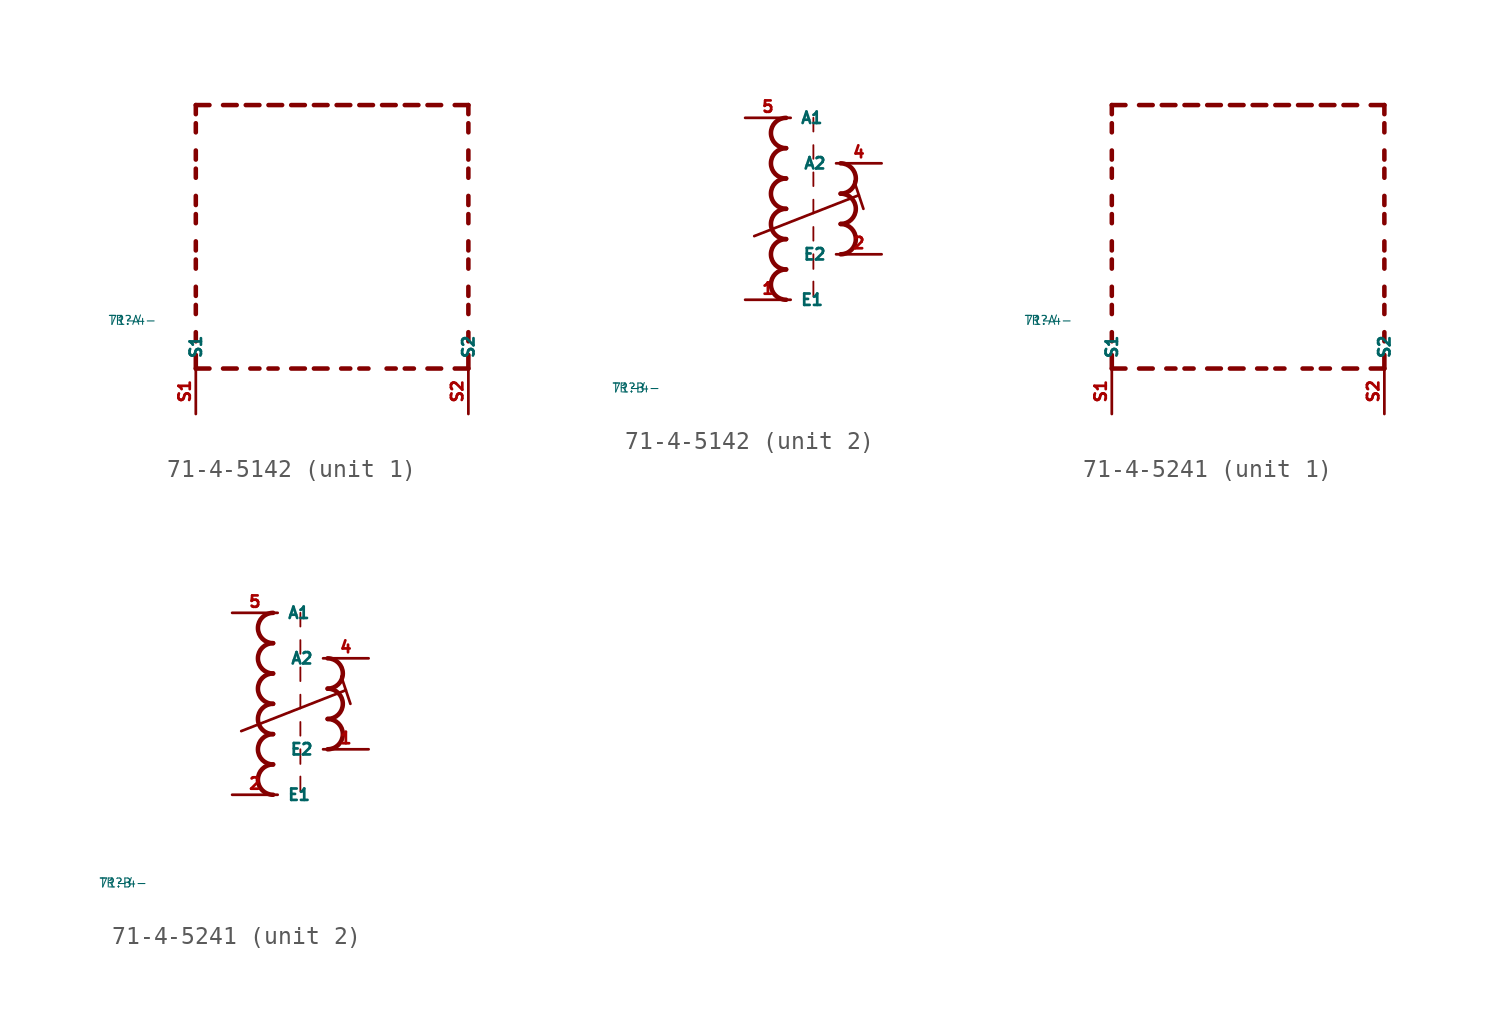
<source format=kicad_sym>
(kicad_symbol_lib
  (version 20220914)
  (generator kicad_symbol_editor)
  (symbol "71-4-5142"
    (property "Reference" "TR"
      (at -10 -10 0)
      (effects (font (size 0.5 0.5) (thickness 0.06)) (justify left)))
    (property "Value" "71-4-"
      (at -10 -10 0)
      (effects (font (size 0.5 0.5) (thickness 0.06)) (justify left)))
    (symbol "71-4-5142_1_0"
      (polyline (pts (xy -5.08 -12.7) (xy -5.08 -11.938)) (stroke (width 0.254) (type default)) (fill (type none)))
      (polyline (pts (xy -5.08 -12.7) (xy -4.318 -12.7)) (stroke (width 0.254) (type default)) (fill (type none)))
      (polyline (pts (xy -5.08 -11.176) (xy -5.08 -10.668)) (stroke (width 0.254) (type default)) (fill (type none)))
      (polyline (pts (xy -5.08 -9.652) (xy -5.08 -9.144)) (stroke (width 0.254) (type default)) (fill (type none)))
      (polyline (pts (xy -5.08 -8.636) (xy -5.08 -8.128)) (stroke (width 0.254) (type default)) (fill (type none)))
      (polyline (pts (xy -5.08 -7.112) (xy -5.08 -6.604)) (stroke (width 0.254) (type default)) (fill (type none)))
      (polyline (pts (xy -5.08 -6.096) (xy -5.08 -5.588)) (stroke (width 0.254) (type default)) (fill (type none)))
      (polyline (pts (xy -5.08 -4.572) (xy -5.08 -4.064)) (stroke (width 0.254) (type default)) (fill (type none)))
      (polyline (pts (xy -5.08 -3.556) (xy -5.08 -3.048)) (stroke (width 0.254) (type default)) (fill (type none)))
      (polyline (pts (xy -5.08 -2.032) (xy -5.08 -1.524)) (stroke (width 0.254) (type default)) (fill (type none)))
      (polyline (pts (xy -5.08 -1.016) (xy -5.08 -0.508)) (stroke (width 0.254) (type default)) (fill (type none)))
      (polyline (pts (xy -5.08 0.508) (xy -5.08 1.016)) (stroke (width 0.254) (type default)) (fill (type none)))
      (polyline (pts (xy -5.08 1.524) (xy -5.08 2.032)) (stroke (width 0.254) (type default)) (fill (type none)))
      (polyline (pts (xy -5.08 2.032) (xy -4.318 2.032)) (stroke (width 0.254) (type default)) (fill (type none)))
      (polyline (pts (xy -3.556 -12.7) (xy -2.794 -12.7)) (stroke (width 0.254) (type default)) (fill (type none)))
      (polyline (pts (xy -3.556 2.032) (xy -2.794 2.032)) (stroke (width 0.254) (type default)) (fill (type none)))
      (polyline (pts (xy -1.524 -12.7) (xy -2.032 -12.7)) (stroke (width 0.254) (type default)) (fill (type none)))
      (polyline (pts (xy -1.524 2.032) (xy -2.286 2.032)) (stroke (width 0.254) (type default)) (fill (type none)))
      (polyline (pts (xy -1.016 2.032) (xy -0.254 2.032)) (stroke (width 0.254) (type default)) (fill (type none)))
      (polyline (pts (xy -0.508 -12.7) (xy -1.016 -12.7)) (stroke (width 0.254) (type default)) (fill (type none)))
      (polyline (pts (xy 1.016 -12.7) (xy 0.254 -12.7)) (stroke (width 0.254) (type default)) (fill (type none)))
      (polyline (pts (xy 1.016 2.032) (xy 0.254 2.032)) (stroke (width 0.254) (type default)) (fill (type none)))
      (polyline (pts (xy 1.524 -12.7) (xy 2.286 -12.7)) (stroke (width 0.254) (type default)) (fill (type none)))
      (polyline (pts (xy 1.524 2.032) (xy 2.286 2.032)) (stroke (width 0.254) (type default)) (fill (type none)))
      (polyline (pts (xy 3.556 -12.7) (xy 3.048 -12.7)) (stroke (width 0.254) (type default)) (fill (type none)))
      (polyline (pts (xy 3.556 2.032) (xy 2.794 2.032)) (stroke (width 0.254) (type default)) (fill (type none)))
      (polyline (pts (xy 4.064 2.032) (xy 4.826 2.032)) (stroke (width 0.254) (type default)) (fill (type none)))
      (polyline (pts (xy 4.572 -12.7) (xy 4.064 -12.7)) (stroke (width 0.254) (type default)) (fill (type none)))
      (polyline (pts (xy 6.096 -12.7) (xy 5.588 -12.7)) (stroke (width 0.254) (type default)) (fill (type none)))
      (polyline (pts (xy 6.096 2.032) (xy 5.334 2.032)) (stroke (width 0.254) (type default)) (fill (type none)))
      (polyline (pts (xy 6.604 2.032) (xy 7.366 2.032)) (stroke (width 0.254) (type default)) (fill (type none)))
      (polyline (pts (xy 7.112 -12.7) (xy 6.604 -12.7)) (stroke (width 0.254) (type default)) (fill (type none)))
      (polyline (pts (xy 8.636 -12.7) (xy 7.874 -12.7)) (stroke (width 0.254) (type default)) (fill (type none)))
      (polyline (pts (xy 8.636 2.032) (xy 7.874 2.032)) (stroke (width 0.254) (type default)) (fill (type none)))
      (polyline (pts (xy 10.16 -12.7) (xy 9.398 -12.7)) (stroke (width 0.254) (type default)) (fill (type none)))
      (polyline (pts (xy 10.16 -12.7) (xy 10.16 -11.938)) (stroke (width 0.254) (type default)) (fill (type none)))
      (polyline (pts (xy 10.16 -11.176) (xy 10.16 -10.668)) (stroke (width 0.254) (type default)) (fill (type none)))
      (polyline (pts (xy 10.16 -9.652) (xy 10.16 -9.144)) (stroke (width 0.254) (type default)) (fill (type none)))
      (polyline (pts (xy 10.16 -8.636) (xy 10.16 -8.128)) (stroke (width 0.254) (type default)) (fill (type none)))
      (polyline (pts (xy 10.16 -7.112) (xy 10.16 -6.604)) (stroke (width 0.254) (type default)) (fill (type none)))
      (polyline (pts (xy 10.16 -6.096) (xy 10.16 -5.588)) (stroke (width 0.254) (type default)) (fill (type none)))
      (polyline (pts (xy 10.16 -4.572) (xy 10.16 -4.064)) (stroke (width 0.254) (type default)) (fill (type none)))
      (polyline (pts (xy 10.16 -3.556) (xy 10.16 -3.048)) (stroke (width 0.254) (type default)) (fill (type none)))
      (polyline (pts (xy 10.16 -2.032) (xy 10.16 -1.524)) (stroke (width 0.254) (type default)) (fill (type none)))
      (polyline (pts (xy 10.16 -1.016) (xy 10.16 -0.508)) (stroke (width 0.254) (type default)) (fill (type none)))
      (polyline (pts (xy 10.16 0.508) (xy 10.16 1.016)) (stroke (width 0.254) (type default)) (fill (type none)))
      (polyline (pts (xy 10.16 1.524) (xy 10.16 2.032)) (stroke (width 0.254) (type default)) (fill (type none)))
      (polyline (pts (xy 10.16 2.032) (xy 9.398 2.032)) (stroke (width 0.254) (type default)) (fill (type none)))
      (pin passive line (at -5.08 -15.24 90) (length 2.54) (name "S1" (effects (font (size 0.635 0.635)))) (number "S1" (effects (font (size 0.635 0.635)))))
      (pin passive line (at 10.16 -15.24 90) (length 2.54) (name "S2" (effects (font (size 0.635 0.635)))) (number "S2" (effects (font (size 0.635 0.635))))))
    (symbol "71-4-5142_2_0"
      (arc (start -0.254 -3.3866) (mid -1.1004 -4.2333) (end -0.254 -5.08) (stroke (width 0.254) (type default)) (fill (type none)))
      (arc (start -0.254 -1.6932) (mid -1.1004 -2.5399) (end -0.254 -3.3866) (stroke (width 0.254) (type default)) (fill (type none)))
      (arc (start -0.254 0) (mid -1.1004 -0.8467) (end -0.254 -1.6934) (stroke (width 0.254) (type default)) (fill (type none)))
      (arc (start -0.254 1.6934) (mid -1.1004 0.8467) (end -0.254 0) (stroke (width 0.254) (type default)) (fill (type none)))
      (arc (start -0.254 3.3866) (mid -1.1002 2.54) (end -0.254 1.6934) (stroke (width 0.254) (type default)) (fill (type none)))
      (arc (start -0.254 5.08) (mid -1.1004 4.2333) (end -0.254 3.3866) (stroke (width 0.254) (type default)) (fill (type none)))
      (polyline (pts (xy -2.032 -1.524) (xy 3.81 0.762)) (stroke (width 0.152) (type default)) (fill (type none)))
      (polyline (pts (xy 1.27 -4.064) (xy 1.27 -4.88)) (stroke (width 0.102) (type default)) (fill (type none)))
      (polyline (pts (xy 1.27 -2.54) (xy 1.27 -3.356)) (stroke (width 0.102) (type default)) (fill (type none)))
      (polyline (pts (xy 1.27 -1.016) (xy 1.27 -1.778)) (stroke (width 0.102) (type default)) (fill (type none)))
      (polyline (pts (xy 1.27 0.508) (xy 1.27 -0.254)) (stroke (width 0.102) (type default)) (fill (type none)))
      (polyline (pts (xy 1.27 2.032) (xy 1.27 1.27)) (stroke (width 0.102) (type default)) (fill (type none)))
      (polyline (pts (xy 1.27 3.556) (xy 1.27 2.794)) (stroke (width 0.102) (type default)) (fill (type none)))
      (polyline (pts (xy 1.27 5.08) (xy 1.27 4.318)) (stroke (width 0.102) (type default)) (fill (type none)))
      (polyline (pts (xy 3.556 1.524) (xy 4.064 0)) (stroke (width 0.152) (type default)) (fill (type none)))
      (arc (start 2.794 -2.54) (mid 3.6404 -1.6933) (end 2.794 -0.8466) (stroke (width 0.254) (type default)) (fill (type none)))
      (arc (start 2.794 -0.8466) (mid 3.6402 0) (end 2.794 0.8466) (stroke (width 0.254) (type default)) (fill (type none)))
      (arc (start 2.794 0.8466) (mid 3.6404 1.6933) (end 2.794 2.54) (stroke (width 0.254) (type default)) (fill (type none)))
      (pin passive line (at -2.54 -5.08 0) (length 2.54) (name "E1" (effects (font (size 0.635 0.635)))) (number "1" (effects (font (size 0.635 0.635)))))
      (pin passive line (at 5.08 -2.54 180) (length 2.54) (name "E2" (effects (font (size 0.635 0.635)))) (number "2" (effects (font (size 0.635 0.635)))))
      (pin passive line (at 5.08 2.54 180) (length 2.54) (name "A2" (effects (font (size 0.635 0.635)))) (number "4" (effects (font (size 0.635 0.635)))))
      (pin passive line (at -2.54 5.08 0) (length 2.54) (name "A1" (effects (font (size 0.635 0.635)))) (number "5" (effects (font (size 0.635 0.635)))))))
  (symbol "71-4-5241"
    (property "Reference" "TR"
      (at -10 -10 0)
      (effects (font (size 0.5 0.5) (thickness 0.06)) (justify left)))
    (property "Value" "71-4-"
      (at -10 -10 0)
      (effects (font (size 0.5 0.5) (thickness 0.06)) (justify left)))
    (symbol "71-4-5241_1_0"
      (polyline (pts (xy -5.08 -12.7) (xy -5.08 -11.938)) (stroke (width 0.254) (type default)) (fill (type none)))
      (polyline (pts (xy -5.08 -12.7) (xy -4.318 -12.7)) (stroke (width 0.254) (type default)) (fill (type none)))
      (polyline (pts (xy -5.08 -11.176) (xy -5.08 -10.668)) (stroke (width 0.254) (type default)) (fill (type none)))
      (polyline (pts (xy -5.08 -9.652) (xy -5.08 -9.144)) (stroke (width 0.254) (type default)) (fill (type none)))
      (polyline (pts (xy -5.08 -8.636) (xy -5.08 -8.128)) (stroke (width 0.254) (type default)) (fill (type none)))
      (polyline (pts (xy -5.08 -7.112) (xy -5.08 -6.604)) (stroke (width 0.254) (type default)) (fill (type none)))
      (polyline (pts (xy -5.08 -6.096) (xy -5.08 -5.588)) (stroke (width 0.254) (type default)) (fill (type none)))
      (polyline (pts (xy -5.08 -4.572) (xy -5.08 -4.064)) (stroke (width 0.254) (type default)) (fill (type none)))
      (polyline (pts (xy -5.08 -3.556) (xy -5.08 -3.048)) (stroke (width 0.254) (type default)) (fill (type none)))
      (polyline (pts (xy -5.08 -2.032) (xy -5.08 -1.524)) (stroke (width 0.254) (type default)) (fill (type none)))
      (polyline (pts (xy -5.08 -1.016) (xy -5.08 -0.508)) (stroke (width 0.254) (type default)) (fill (type none)))
      (polyline (pts (xy -5.08 0.508) (xy -5.08 1.016)) (stroke (width 0.254) (type default)) (fill (type none)))
      (polyline (pts (xy -5.08 1.524) (xy -5.08 2.032)) (stroke (width 0.254) (type default)) (fill (type none)))
      (polyline (pts (xy -5.08 2.032) (xy -4.318 2.032)) (stroke (width 0.254) (type default)) (fill (type none)))
      (polyline (pts (xy -3.556 -12.7) (xy -2.794 -12.7)) (stroke (width 0.254) (type default)) (fill (type none)))
      (polyline (pts (xy -3.556 2.032) (xy -2.794 2.032)) (stroke (width 0.254) (type default)) (fill (type none)))
      (polyline (pts (xy -1.524 -12.7) (xy -2.032 -12.7)) (stroke (width 0.254) (type default)) (fill (type none)))
      (polyline (pts (xy -1.524 2.032) (xy -2.286 2.032)) (stroke (width 0.254) (type default)) (fill (type none)))
      (polyline (pts (xy -1.016 2.032) (xy -0.254 2.032)) (stroke (width 0.254) (type default)) (fill (type none)))
      (polyline (pts (xy -0.508 -12.7) (xy -1.016 -12.7)) (stroke (width 0.254) (type default)) (fill (type none)))
      (polyline (pts (xy 1.016 -12.7) (xy 0.254 -12.7)) (stroke (width 0.254) (type default)) (fill (type none)))
      (polyline (pts (xy 1.016 2.032) (xy 0.254 2.032)) (stroke (width 0.254) (type default)) (fill (type none)))
      (polyline (pts (xy 1.524 -12.7) (xy 2.286 -12.7)) (stroke (width 0.254) (type default)) (fill (type none)))
      (polyline (pts (xy 1.524 2.032) (xy 2.286 2.032)) (stroke (width 0.254) (type default)) (fill (type none)))
      (polyline (pts (xy 3.556 -12.7) (xy 3.048 -12.7)) (stroke (width 0.254) (type default)) (fill (type none)))
      (polyline (pts (xy 3.556 2.032) (xy 2.794 2.032)) (stroke (width 0.254) (type default)) (fill (type none)))
      (polyline (pts (xy 4.064 2.032) (xy 4.826 2.032)) (stroke (width 0.254) (type default)) (fill (type none)))
      (polyline (pts (xy 4.572 -12.7) (xy 4.064 -12.7)) (stroke (width 0.254) (type default)) (fill (type none)))
      (polyline (pts (xy 6.096 -12.7) (xy 5.588 -12.7)) (stroke (width 0.254) (type default)) (fill (type none)))
      (polyline (pts (xy 6.096 2.032) (xy 5.334 2.032)) (stroke (width 0.254) (type default)) (fill (type none)))
      (polyline (pts (xy 6.604 2.032) (xy 7.366 2.032)) (stroke (width 0.254) (type default)) (fill (type none)))
      (polyline (pts (xy 7.112 -12.7) (xy 6.604 -12.7)) (stroke (width 0.254) (type default)) (fill (type none)))
      (polyline (pts (xy 8.636 -12.7) (xy 7.874 -12.7)) (stroke (width 0.254) (type default)) (fill (type none)))
      (polyline (pts (xy 8.636 2.032) (xy 7.874 2.032)) (stroke (width 0.254) (type default)) (fill (type none)))
      (polyline (pts (xy 10.16 -12.7) (xy 9.398 -12.7)) (stroke (width 0.254) (type default)) (fill (type none)))
      (polyline (pts (xy 10.16 -12.7) (xy 10.16 -11.938)) (stroke (width 0.254) (type default)) (fill (type none)))
      (polyline (pts (xy 10.16 -11.176) (xy 10.16 -10.668)) (stroke (width 0.254) (type default)) (fill (type none)))
      (polyline (pts (xy 10.16 -9.652) (xy 10.16 -9.144)) (stroke (width 0.254) (type default)) (fill (type none)))
      (polyline (pts (xy 10.16 -8.636) (xy 10.16 -8.128)) (stroke (width 0.254) (type default)) (fill (type none)))
      (polyline (pts (xy 10.16 -7.112) (xy 10.16 -6.604)) (stroke (width 0.254) (type default)) (fill (type none)))
      (polyline (pts (xy 10.16 -6.096) (xy 10.16 -5.588)) (stroke (width 0.254) (type default)) (fill (type none)))
      (polyline (pts (xy 10.16 -4.572) (xy 10.16 -4.064)) (stroke (width 0.254) (type default)) (fill (type none)))
      (polyline (pts (xy 10.16 -3.556) (xy 10.16 -3.048)) (stroke (width 0.254) (type default)) (fill (type none)))
      (polyline (pts (xy 10.16 -2.032) (xy 10.16 -1.524)) (stroke (width 0.254) (type default)) (fill (type none)))
      (polyline (pts (xy 10.16 -1.016) (xy 10.16 -0.508)) (stroke (width 0.254) (type default)) (fill (type none)))
      (polyline (pts (xy 10.16 0.508) (xy 10.16 1.016)) (stroke (width 0.254) (type default)) (fill (type none)))
      (polyline (pts (xy 10.16 1.524) (xy 10.16 2.032)) (stroke (width 0.254) (type default)) (fill (type none)))
      (polyline (pts (xy 10.16 2.032) (xy 9.398 2.032)) (stroke (width 0.254) (type default)) (fill (type none)))
      (pin passive line (at -5.08 -15.24 90) (length 2.54) (name "S1" (effects (font (size 0.635 0.635)))) (number "S1" (effects (font (size 0.635 0.635)))))
      (pin passive line (at 10.16 -15.24 90) (length 2.54) (name "S2" (effects (font (size 0.635 0.635)))) (number "S2" (effects (font (size 0.635 0.635))))))
    (symbol "71-4-5241_2_0"
      (arc (start -0.254 -3.3866) (mid -1.1004 -4.2333) (end -0.254 -5.08) (stroke (width 0.254) (type default)) (fill (type none)))
      (arc (start -0.254 -1.6932) (mid -1.1004 -2.5399) (end -0.254 -3.3866) (stroke (width 0.254) (type default)) (fill (type none)))
      (arc (start -0.254 0) (mid -1.1004 -0.8467) (end -0.254 -1.6934) (stroke (width 0.254) (type default)) (fill (type none)))
      (arc (start -0.254 1.6934) (mid -1.1004 0.8467) (end -0.254 0) (stroke (width 0.254) (type default)) (fill (type none)))
      (arc (start -0.254 3.3866) (mid -1.1002 2.54) (end -0.254 1.6934) (stroke (width 0.254) (type default)) (fill (type none)))
      (arc (start -0.254 5.08) (mid -1.1004 4.2333) (end -0.254 3.3866) (stroke (width 0.254) (type default)) (fill (type none)))
      (polyline (pts (xy -2.032 -1.524) (xy 3.81 0.762)) (stroke (width 0.152) (type default)) (fill (type none)))
      (polyline (pts (xy 1.27 -4.064) (xy 1.27 -4.88)) (stroke (width 0.102) (type default)) (fill (type none)))
      (polyline (pts (xy 1.27 -2.54) (xy 1.27 -3.356)) (stroke (width 0.102) (type default)) (fill (type none)))
      (polyline (pts (xy 1.27 -1.016) (xy 1.27 -1.778)) (stroke (width 0.102) (type default)) (fill (type none)))
      (polyline (pts (xy 1.27 0.508) (xy 1.27 -0.254)) (stroke (width 0.102) (type default)) (fill (type none)))
      (polyline (pts (xy 1.27 2.032) (xy 1.27 1.27)) (stroke (width 0.102) (type default)) (fill (type none)))
      (polyline (pts (xy 1.27 3.556) (xy 1.27 2.794)) (stroke (width 0.102) (type default)) (fill (type none)))
      (polyline (pts (xy 1.27 5.08) (xy 1.27 4.318)) (stroke (width 0.102) (type default)) (fill (type none)))
      (polyline (pts (xy 3.556 1.524) (xy 4.064 0)) (stroke (width 0.152) (type default)) (fill (type none)))
      (arc (start 2.794 -2.54) (mid 3.6404 -1.6933) (end 2.794 -0.8466) (stroke (width 0.254) (type default)) (fill (type none)))
      (arc (start 2.794 -0.8466) (mid 3.6402 0) (end 2.794 0.8466) (stroke (width 0.254) (type default)) (fill (type none)))
      (arc (start 2.794 0.8466) (mid 3.6404 1.6933) (end 2.794 2.54) (stroke (width 0.254) (type default)) (fill (type none)))
      (pin passive line (at 5.08 -2.54 180) (length 2.54) (name "E2" (effects (font (size 0.635 0.635)))) (number "1" (effects (font (size 0.635 0.635)))))
      (pin passive line (at -2.54 -5.08 0) (length 2.54) (name "E1" (effects (font (size 0.635 0.635)))) (number "2" (effects (font (size 0.635 0.635)))))
      (pin passive line (at 5.08 2.54 180) (length 2.54) (name "A2" (effects (font (size 0.635 0.635)))) (number "4" (effects (font (size 0.635 0.635)))))
      (pin passive line (at -2.54 5.08 0) (length 2.54) (name "A1" (effects (font (size 0.635 0.635)))) (number "5" (effects (font (size 0.635 0.635))))))))
</source>
